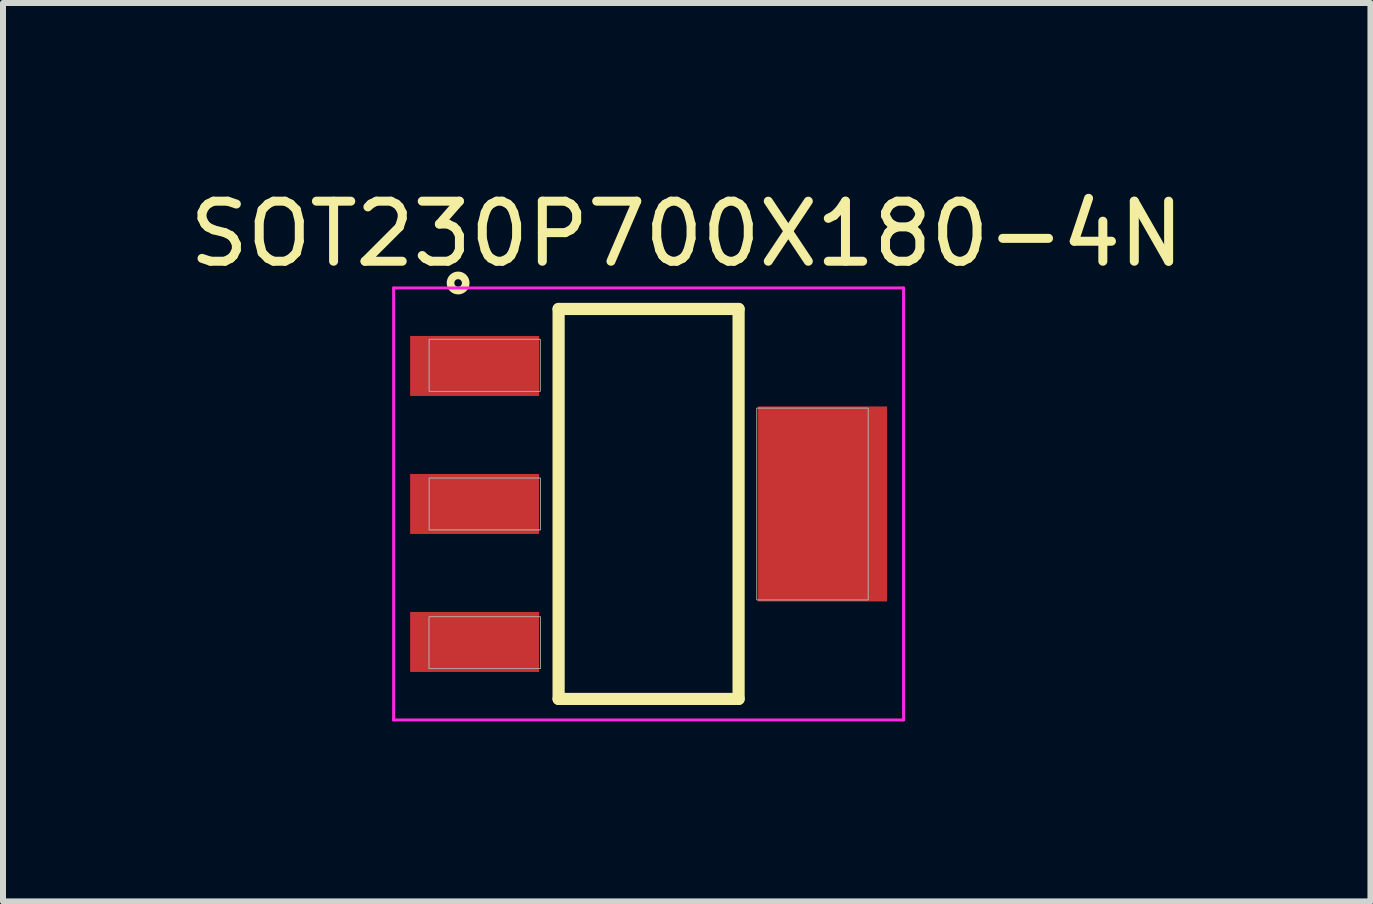
<source format=kicad_pcb>
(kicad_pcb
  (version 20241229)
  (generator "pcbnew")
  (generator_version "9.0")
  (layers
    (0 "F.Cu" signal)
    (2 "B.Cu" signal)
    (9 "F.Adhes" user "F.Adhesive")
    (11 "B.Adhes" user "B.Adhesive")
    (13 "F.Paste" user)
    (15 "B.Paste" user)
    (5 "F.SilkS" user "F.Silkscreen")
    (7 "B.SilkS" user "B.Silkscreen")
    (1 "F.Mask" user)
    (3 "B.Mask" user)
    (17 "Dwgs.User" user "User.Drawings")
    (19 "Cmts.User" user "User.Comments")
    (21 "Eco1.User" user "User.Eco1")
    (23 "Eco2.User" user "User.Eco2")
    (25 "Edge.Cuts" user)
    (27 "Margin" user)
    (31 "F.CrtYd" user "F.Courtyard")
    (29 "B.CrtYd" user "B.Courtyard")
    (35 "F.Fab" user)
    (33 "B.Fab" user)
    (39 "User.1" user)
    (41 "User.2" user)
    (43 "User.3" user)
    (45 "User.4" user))
  (footprint "SOT230P700X180-4N"
    (layer "F.Cu")
    (at 7.761 5.35)
    (property "Reference" "SOT230P700X180-4N" (at 0.636 -4.501 0) (layer "F.SilkS") (effects (font (size 1.001 1.001) (thickness 0.15))))
    (attr smd)
    (fp_line (start -1.5 -3.25) (end 1.5 -3.25) (stroke (width 0.203) (type solid)) (layer "F.SilkS"))
    (fp_line (start -1.5 3.25) (end -1.5 -3.25) (stroke (width 0.203) (type solid)) (layer "F.SilkS"))
    (fp_line (start 1.5 -3.25) (end 1.5 3.25) (stroke (width 0.203) (type solid)) (layer "F.SilkS"))
    (fp_line (start 1.5 3.25) (end -1.5 3.25) (stroke (width 0.203) (type solid)) (layer "F.SilkS"))
    (fp_circle (center -3.175 -3.683) (end -3.048 -3.683) (stroke (width 0.127) (type solid)) (fill no) (layer "F.SilkS"))
    (fp_line (start -4.25 -3.6) (end 4.25 -3.6) (stroke (width 0.05) (type solid)) (layer "F.CrtYd"))
    (fp_line (start -4.25 3.6) (end -4.25 -3.6) (stroke (width 0.05) (type solid)) (layer "F.CrtYd"))
    (fp_line (start 4.25 -3.6) (end 4.25 3.6) (stroke (width 0.05) (type solid)) (layer "F.CrtYd"))
    (fp_line (start 4.25 3.6) (end -4.25 3.6) (stroke (width 0.05) (type solid)) (layer "F.CrtYd"))
    (fp_poly (pts (xy -1.807 -2.747) (xy -1.807 -1.878) (xy -3.659 -1.878) (xy -3.659 -2.747)) (stroke (width 0.01) (type solid)) (fill no) (layer "F.Fab"))
    (fp_poly (pts (xy -1.806 -2.746) (xy -1.806 -1.879) (xy -3.659 -1.879) (xy -3.659 -2.746)) (stroke (width 0.01) (type solid)) (fill no) (layer "F.Fab"))
    (fp_poly (pts (xy -1.804 -0.432) (xy -1.804 0.433) (xy -3.659 0.433) (xy -3.659 -0.432)) (stroke (width 0.01) (type solid)) (fill no) (layer "F.Fab"))
    (fp_poly (pts (xy -1.804 -0.432) (xy -1.804 0.433) (xy -3.658 0.433) (xy -3.658 -0.432)) (stroke (width 0.01) (type solid)) (fill no) (layer "F.Fab"))
    (fp_poly (pts (xy -1.803 1.88) (xy -1.803 2.746) (xy -3.66 2.746) (xy -3.66 1.88)) (stroke (width 0.01) (type solid)) (fill no) (layer "F.Fab"))
    (fp_poly (pts (xy -1.803 1.88) (xy -1.803 2.746) (xy -3.661 2.746) (xy -3.661 1.88)) (stroke (width 0.01) (type solid)) (fill no) (layer "F.Fab"))
    (fp_poly (pts (xy 3.659 -1.599) (xy 3.659 1.6) (xy 1.804 1.6) (xy 1.804 -1.599)) (stroke (width 0.01) (type solid)) (fill no) (layer "F.Fab"))
    (fp_poly (pts (xy 3.66 -1.598) (xy 3.66 1.6) (xy 1.804 1.6) (xy 1.804 -1.598)) (stroke (width 0.01) (type solid)) (fill no) (layer "F.Fab"))
    (pad "1" smd rect (at -2.9 -2.3) (size 2.15 1) (layers "F.Cu" "F.Mask" "F.Paste"))
    (pad "2" smd rect (at -2.9 0) (size 2.15 1) (layers "F.Cu" "F.Mask" "F.Paste"))
    (pad "3" smd rect (at -2.9 2.3) (size 2.15 1) (layers "F.Cu" "F.Mask" "F.Paste"))
    (pad "4" smd rect (at 2.9 0) (size 2.15 3.25) (layers "F.Cu" "F.Mask" "F.Paste")))
  (gr_rect
    (start -3 -3)
    (end 19.793 11.975)
    (stroke (width 0.1) (type default))
    (fill no)
    (layer "Edge.Cuts")))
</source>
